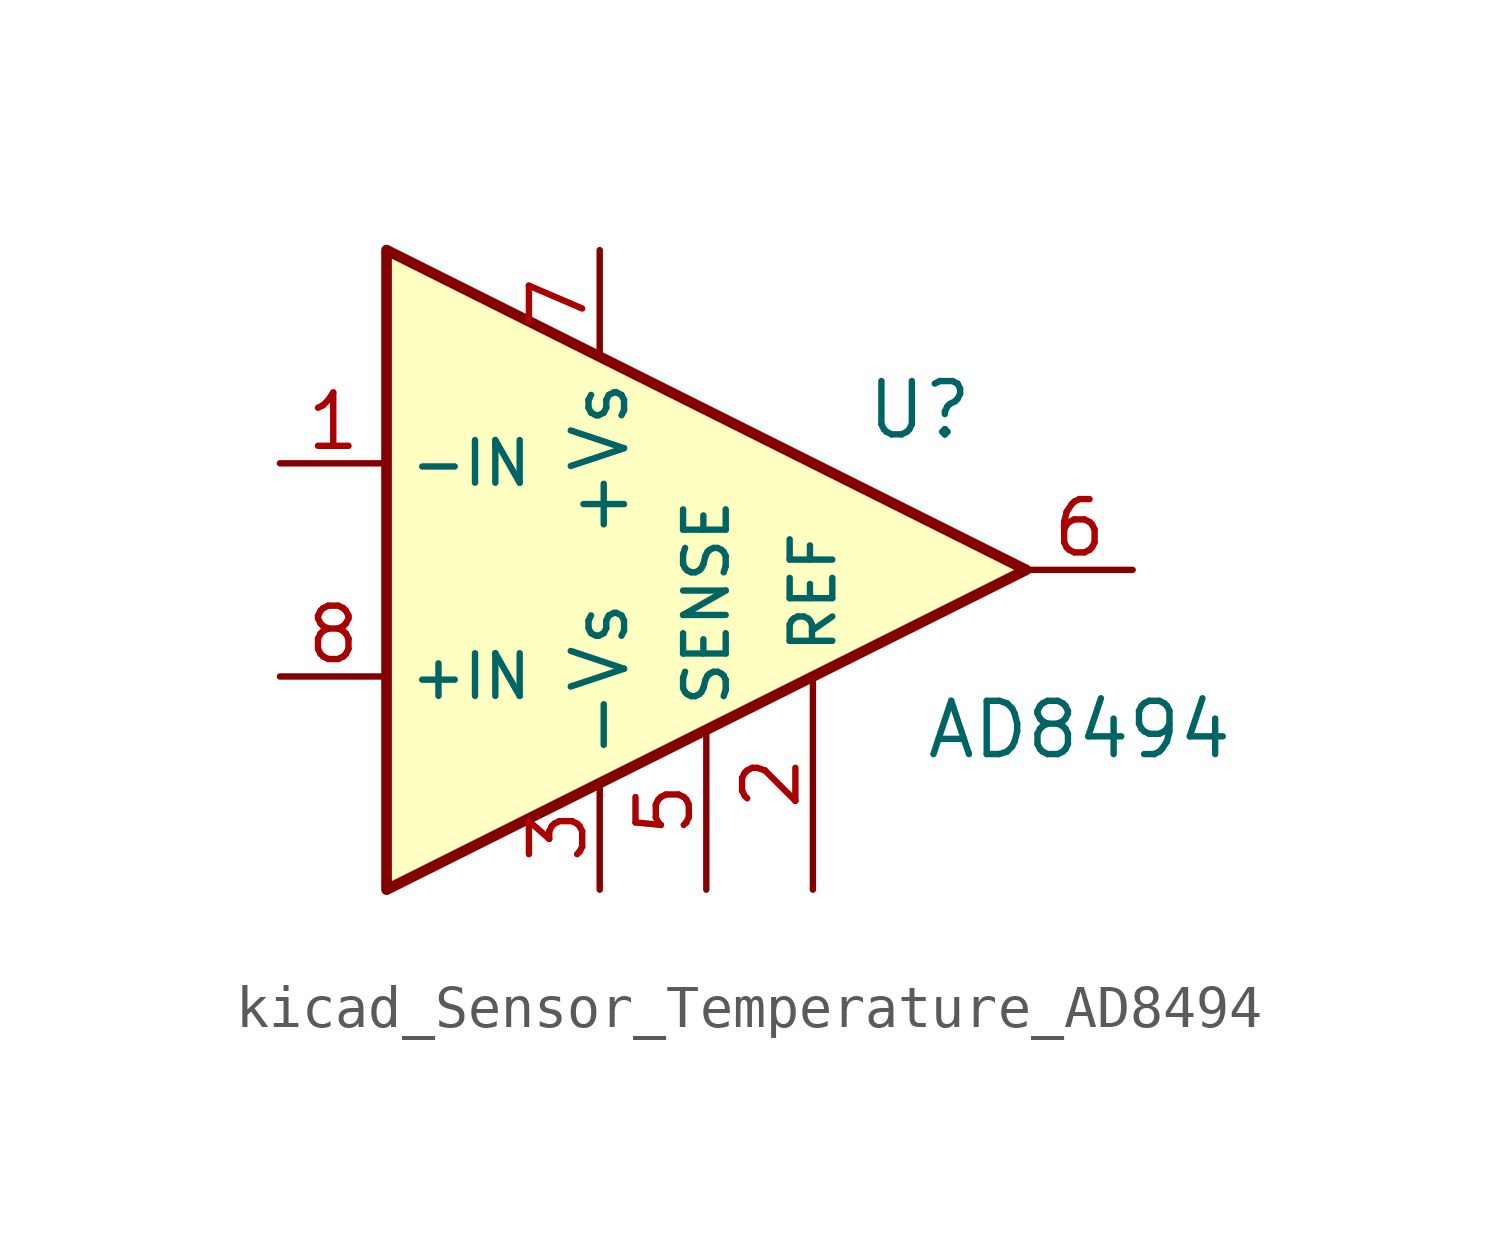
<source format=kicad_sym>
(kicad_symbol_lib
  (version 20220914)
  (generator kicad_symbol_editor)
  (symbol "kicad_Sensor_Temperature_AD8494"
    (property "Reference" "U"
      (at 5.08 3.81 0)
      (effects (font (size 1.27 1.27))))
    (property "Value" "AD8494"
      (at 8.89 -3.81 0)
      (effects (font (size 1.27 1.27))))
    (symbol "kicad_Sensor_Temperature_AD8494_0_1"
      (polyline (pts (xy -7.62 7.62) (xy 7.62 0) (xy -7.62 -7.62) (xy -7.62 7.62)) (stroke (width 0.254) (type default)) (fill (type background))))
    (symbol "kicad_Sensor_Temperature_AD8494_1_1"
      (pin input line (at -10.16 2.54 0) (length 2.54) (name "-IN" (effects (font (size 1.016 1.016)))) (number "1" (effects (font (size 1.27 1.27)))))
      (pin input line (at 2.54 -7.62 90) (length 5.08) (name "REF" (effects (font (size 1.016 1.016)))) (number "2" (effects (font (size 1.27 1.27)))))
      (pin power_in line (at -2.54 -7.62 90) (length 2.54) (name "-Vs" (effects (font (size 1.27 1.27)))) (number "3" (effects (font (size 1.27 1.27)))))
      (pin no_connect line (at -5.08 0 180) (length 2.54) hide (name "NC" (effects (font (size 1.27 1.27)))) (number "4" (effects (font (size 1.27 1.27)))))
      (pin passive line (at 0 -7.62 90) (length 3.81) (name "SENSE" (effects (font (size 1.016 1.016)))) (number "5" (effects (font (size 1.27 1.27)))))
      (pin output line (at 10.16 0 180) (length 2.54) (name "~" (effects (font (size 1.27 1.27)))) (number "6" (effects (font (size 1.27 1.27)))))
      (pin power_in line (at -2.54 7.62 270) (length 2.54) (name "+Vs" (effects (font (size 1.27 1.27)))) (number "7" (effects (font (size 1.27 1.27)))))
      (pin input line (at -10.16 -2.54 0) (length 2.54) (name "+IN" (effects (font (size 1.016 1.016)))) (number "8" (effects (font (size 1.27 1.27))))))))
</source>
